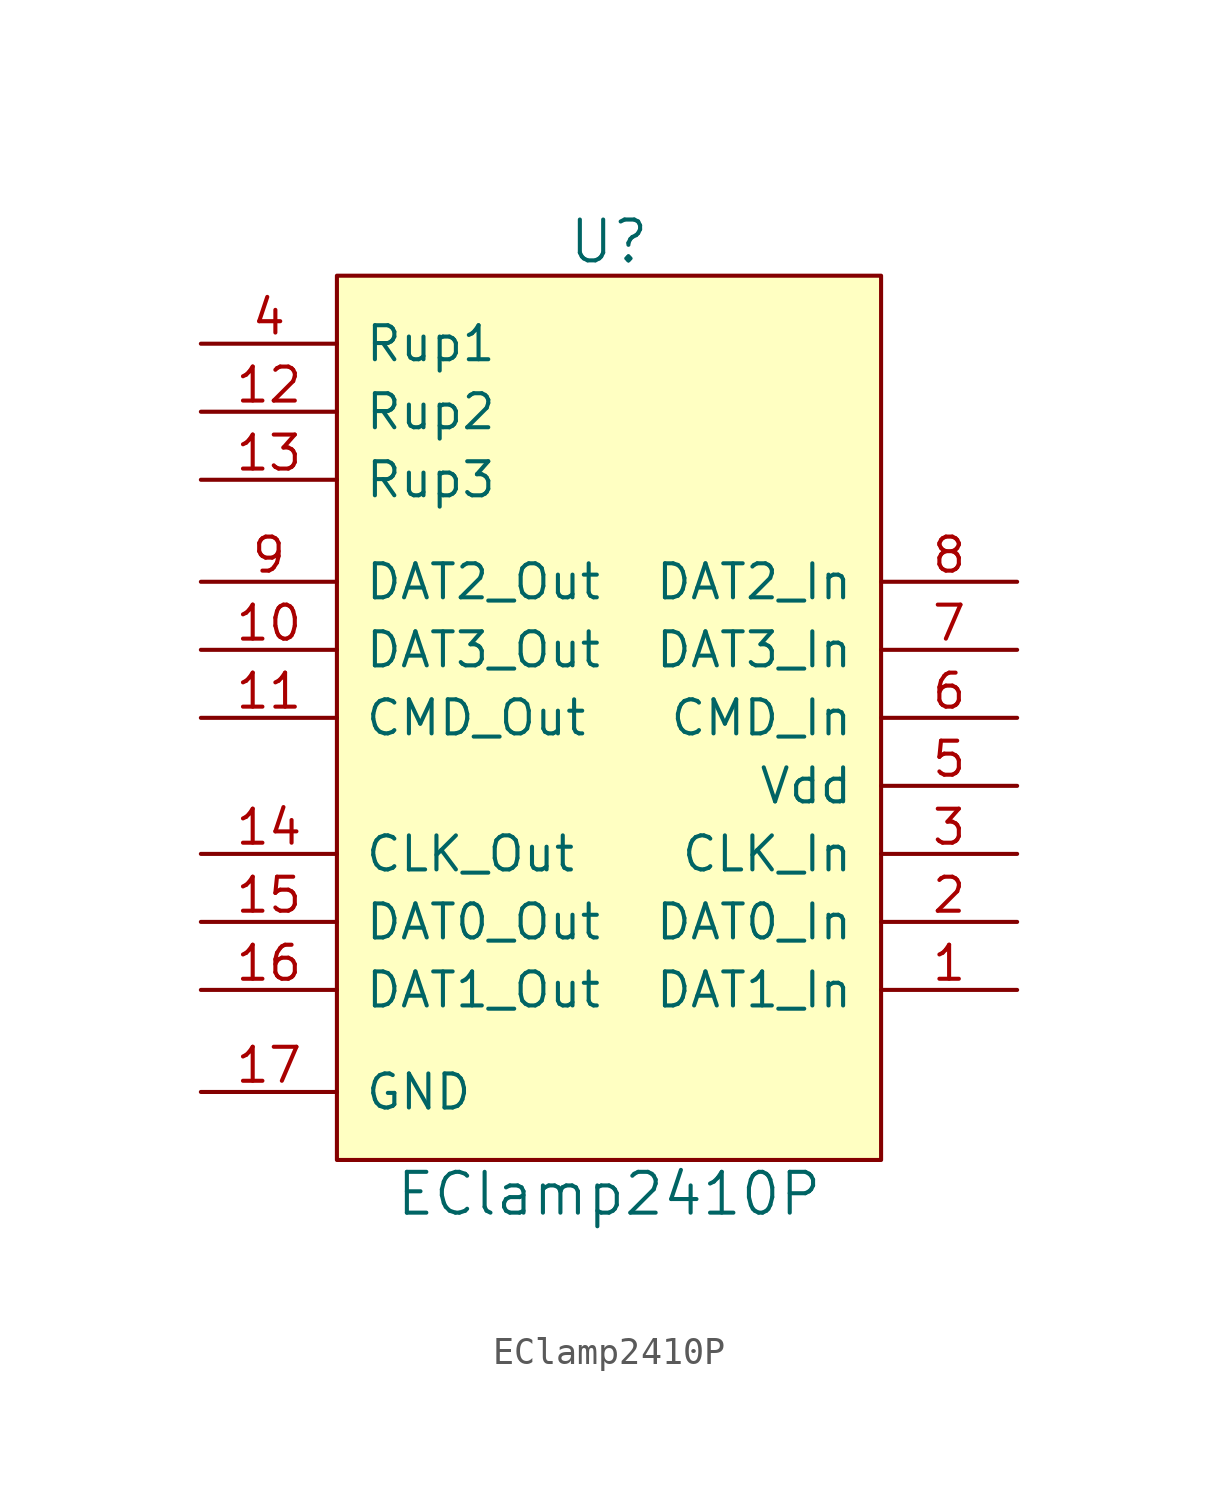
<source format=kicad_sym>
(kicad_symbol_lib
  (version 20211014)
  (generator kicad_symbol_editor)
  (symbol "EClamp2410P"
    (pin_names
      (offset 1.016))
    (property "Reference" "U"
      (at 0 17.78 0)
      (effects (font (size 1.524 1.524))))
    (property "Value" "EClamp2410P"
      (at 0 -17.78 0)
      (effects (font (size 1.524 1.524))))
    (symbol "EClamp2410P_0_1"
      (rectangle (start -10.16 -16.51) (end 10.16 16.51) (stroke (width 0) (type default) (color 0 0 0 0)) (fill (type background))))
    (symbol "EClamp2410P_1_1"
      (pin passive line (at 15.24 -10.16 180) (length 5.08) (name "DAT1_In" (effects (font (size 1.27 1.27)))) (number "1" (effects (font (size 1.27 1.27)))))
      (pin passive line (at -15.24 2.54 0) (length 5.08) (name "DAT3_Out" (effects (font (size 1.27 1.27)))) (number "10" (effects (font (size 1.27 1.27)))))
      (pin passive line (at -15.24 0 0) (length 5.08) (name "CMD_Out" (effects (font (size 1.27 1.27)))) (number "11" (effects (font (size 1.27 1.27)))))
      (pin passive line (at -15.24 11.43 0) (length 5.08) (name "Rup2" (effects (font (size 1.27 1.27)))) (number "12" (effects (font (size 1.27 1.27)))))
      (pin passive line (at -15.24 8.89 0) (length 5.08) (name "Rup3" (effects (font (size 1.27 1.27)))) (number "13" (effects (font (size 1.27 1.27)))))
      (pin passive line (at -15.24 -5.08 0) (length 5.08) (name "CLK_Out" (effects (font (size 1.27 1.27)))) (number "14" (effects (font (size 1.27 1.27)))))
      (pin passive line (at -15.24 -7.62 0) (length 5.08) (name "DAT0_Out" (effects (font (size 1.27 1.27)))) (number "15" (effects (font (size 1.27 1.27)))))
      (pin passive line (at -15.24 -10.16 0) (length 5.08) (name "DAT1_Out" (effects (font (size 1.27 1.27)))) (number "16" (effects (font (size 1.27 1.27)))))
      (pin power_in line (at -15.24 -13.97 0) (length 5.08) (name "GND" (effects (font (size 1.27 1.27)))) (number "17" (effects (font (size 1.27 1.27)))))
      (pin passive line (at 15.24 -7.62 180) (length 5.08) (name "DAT0_In" (effects (font (size 1.27 1.27)))) (number "2" (effects (font (size 1.27 1.27)))))
      (pin passive line (at 15.24 -5.08 180) (length 5.08) (name "CLK_In" (effects (font (size 1.27 1.27)))) (number "3" (effects (font (size 1.27 1.27)))))
      (pin passive line (at -15.24 13.97 0) (length 5.08) (name "Rup1" (effects (font (size 1.27 1.27)))) (number "4" (effects (font (size 1.27 1.27)))))
      (pin passive line (at 15.24 -2.54 180) (length 5.08) (name "Vdd" (effects (font (size 1.27 1.27)))) (number "5" (effects (font (size 1.27 1.27)))))
      (pin passive line (at 15.24 0 180) (length 5.08) (name "CMD_In" (effects (font (size 1.27 1.27)))) (number "6" (effects (font (size 1.27 1.27)))))
      (pin passive line (at 15.24 2.54 180) (length 5.08) (name "DAT3_In" (effects (font (size 1.27 1.27)))) (number "7" (effects (font (size 1.27 1.27)))))
      (pin passive line (at 15.24 5.08 180) (length 5.08) (name "DAT2_In" (effects (font (size 1.27 1.27)))) (number "8" (effects (font (size 1.27 1.27)))))
      (pin passive line (at -15.24 5.08 0) (length 5.08) (name "DAT2_Out" (effects (font (size 1.27 1.27)))) (number "9" (effects (font (size 1.27 1.27))))))))
</source>
